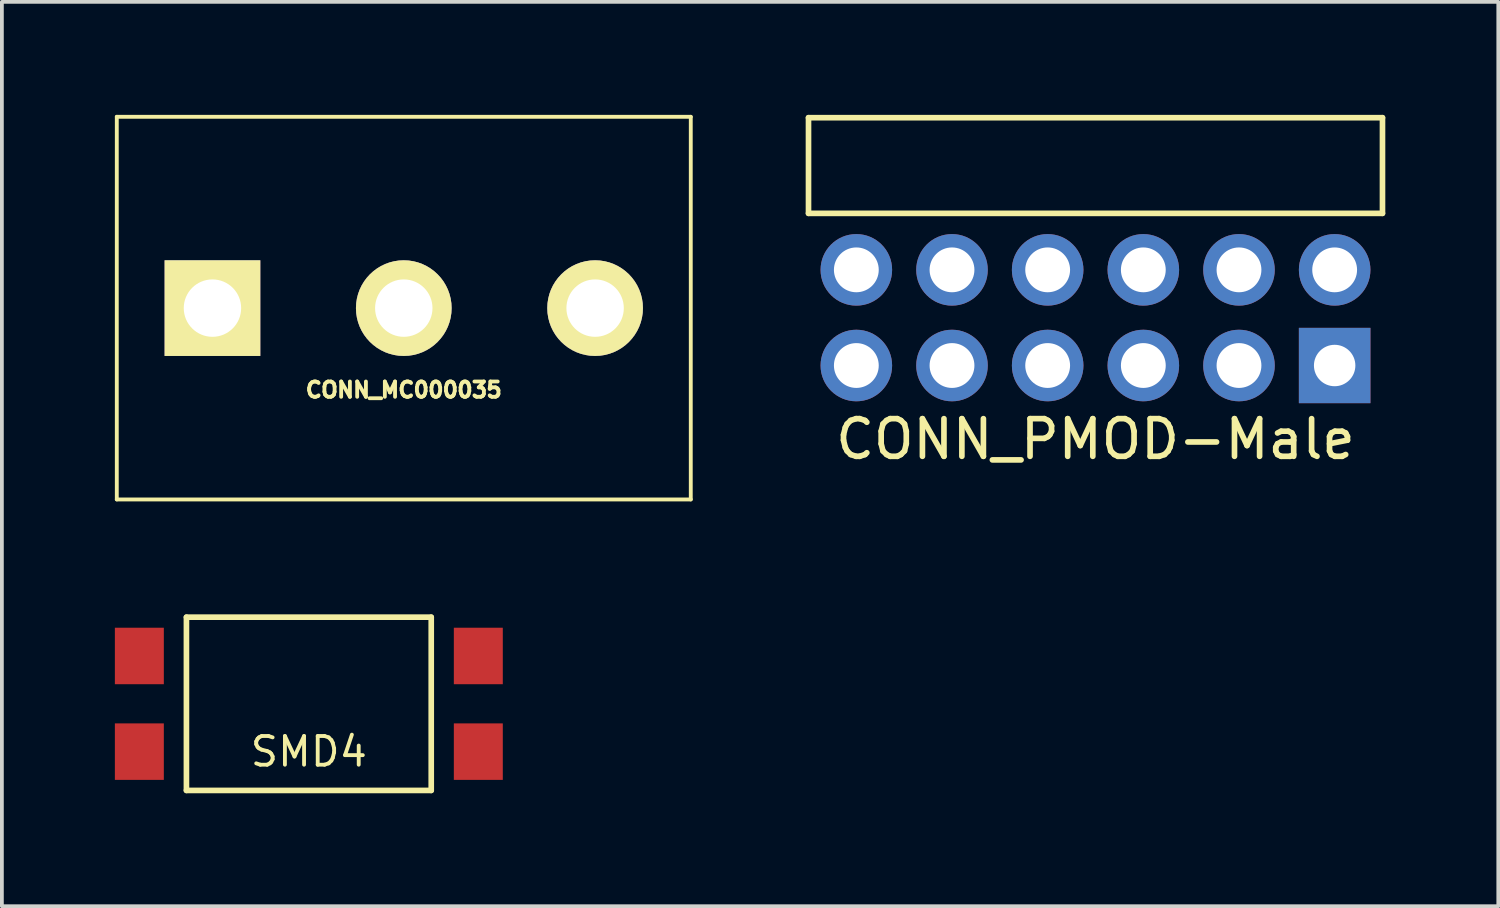
<source format=kicad_pcb>
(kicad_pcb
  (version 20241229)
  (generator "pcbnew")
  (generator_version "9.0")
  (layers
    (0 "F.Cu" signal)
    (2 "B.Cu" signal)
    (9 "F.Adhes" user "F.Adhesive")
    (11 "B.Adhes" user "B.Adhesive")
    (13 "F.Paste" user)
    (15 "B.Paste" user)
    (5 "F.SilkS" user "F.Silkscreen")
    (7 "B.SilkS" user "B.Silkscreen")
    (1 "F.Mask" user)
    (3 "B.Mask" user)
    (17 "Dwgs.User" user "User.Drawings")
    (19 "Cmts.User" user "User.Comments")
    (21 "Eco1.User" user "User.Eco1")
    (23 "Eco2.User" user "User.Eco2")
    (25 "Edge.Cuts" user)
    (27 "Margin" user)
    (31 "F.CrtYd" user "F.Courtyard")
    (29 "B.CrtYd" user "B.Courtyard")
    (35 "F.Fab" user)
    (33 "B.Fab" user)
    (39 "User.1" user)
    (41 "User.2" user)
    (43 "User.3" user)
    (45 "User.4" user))
  (footprint "SMD4"
    (layer "F.Cu")
    (at 5.15 15.637)
    (property "Reference" "SMD4" (at 0 1.27 0) (layer "F.SilkS") (effects (font (size 0.762 0.762) (thickness 0.102))))
    (attr through_hole)
    (fp_line (start -3.25 -2.3) (end 3.25 -2.3) (stroke (width 0.15) (type solid)) (layer "F.SilkS"))
    (fp_line (start -3.25 2.3) (end -3.25 -2.3) (stroke (width 0.15) (type solid)) (layer "F.SilkS"))
    (fp_line (start 3.25 -2.3) (end 3.25 2.3) (stroke (width 0.15) (type solid)) (layer "F.SilkS"))
    (fp_line (start 3.25 2.3) (end -3.25 2.3) (stroke (width 0.15) (type solid)) (layer "F.SilkS"))
    (pad "1" smd rect (at -4.5 -1.27 90) (size 1.5 1.3) (layers "F.Cu" "F.Mask" "F.Paste"))
    (pad "2" smd rect (at -4.5 1.27 90) (size 1.5 1.3) (layers "F.Cu" "F.Mask" "F.Paste"))
    (pad "3" smd rect (at 4.5 1.27 90) (size 1.5 1.3) (layers "F.Cu" "F.Mask" "F.Paste"))
    (pad "4" smd rect (at 4.5 -1.27 90) (size 1.5 1.3) (layers "F.Cu" "F.Mask" "F.Paste")))
  (footprint "CONN_MC000035"
    (layer "F.Cu")
    (at 7.671 5.131)
    (property "Reference" "CONN_MC000035" (at 0 2.172 0) (layer "F.SilkS") (effects (font (size 0.406 0.406) (thickness 0.102))))
    (attr through_hole)
    (fp_line (start -7.62 -5.08) (end 7.62 -5.08) (stroke (width 0.102) (type solid)) (layer "F.SilkS"))
    (fp_line (start -7.62 5.08) (end -7.62 -5.08) (stroke (width 0.102) (type solid)) (layer "F.SilkS"))
    (fp_line (start -7.62 5.08) (end 7.62 5.08) (stroke (width 0.102) (type solid)) (layer "F.SilkS"))
    (fp_line (start 7.62 -5.08) (end 7.62 5.08) (stroke (width 0.102) (type solid)) (layer "F.SilkS"))
    (pad "1" thru_hole rect (at -5.08 0) (size 2.54 2.54) (drill 1.524) (layers "*.Cu" "*.Mask" "F.SilkS"))
    (pad "2" thru_hole circle (at 0 0) (size 2.54 2.54) (drill 1.524) (layers "*.Cu" "*.Mask" "F.SilkS"))
    (pad "3" thru_hole circle (at 5.08 0) (size 2.54 2.54) (drill 1.524) (layers "*.Cu" "*.Mask" "F.SilkS")))
  (footprint "CONN_PMOD-Male"
    (layer "F.Cu")
    (at 26.037 4.115)
    (property "Reference" "CONN_PMOD-Male" (at 0 4.496 0) (layer "F.SilkS") (effects (font (size 1 1) (thickness 0.15))))
    (attr through_hole)
    (fp_line (start -7.62 -1.5) (end -7.62 -4.04) (stroke (width 0.15) (type solid)) (layer "F.SilkS"))
    (fp_line (start -7.62 -1.5) (end 7.62 -1.5) (stroke (width 0.15) (type solid)) (layer "F.SilkS"))
    (fp_line (start 7.62 -4.04) (end -7.62 -4.04) (stroke (width 0.15) (type solid)) (layer "F.SilkS"))
    (fp_line (start 7.62 -1.5) (end 7.62 -4.04) (stroke (width 0.15) (type solid)) (layer "F.SilkS"))
    (pad "1" thru_hole rect (at 6.35 2.54) (size 1.9 2) (drill 1.1) (layers "*.Cu" "*.Mask"))
    (pad "2" thru_hole circle (at 3.81 2.54) (size 1.9 1.9) (drill 1.19) (layers "*.Cu" "*.Mask"))
    (pad "3" thru_hole circle (at 1.27 2.54) (size 1.9 1.9) (drill 1.19) (layers "*.Cu" "*.Mask"))
    (pad "4" thru_hole circle (at -1.27 2.54) (size 1.9 1.9) (drill 1.19) (layers "*.Cu" "*.Mask"))
    (pad "5" thru_hole circle (at -3.81 2.54) (size 1.9 1.9) (drill 1.19) (layers "*.Cu" "*.Mask"))
    (pad "6" thru_hole circle (at -6.35 2.54) (size 1.9 1.9) (drill 1.19) (layers "*.Cu" "*.Mask"))
    (pad "7" thru_hole circle (at 6.35 0) (size 1.9 1.9) (drill 1.19) (layers "*.Cu" "*.Mask"))
    (pad "8" thru_hole circle (at 3.81 0) (size 1.9 1.9) (drill 1.19) (layers "*.Cu" "*.Mask"))
    (pad "9" thru_hole circle (at 1.27 0) (size 1.9 1.9) (drill 1.19) (layers "*.Cu" "*.Mask"))
    (pad "10" thru_hole circle (at -1.27 0) (size 1.9 1.9) (drill 1.19) (layers "*.Cu" "*.Mask"))
    (pad "11" thru_hole circle (at -3.81 0) (size 1.9 1.9) (drill 1.19) (layers "*.Cu" "*.Mask"))
    (pad "12" thru_hole circle (at -6.35 0) (size 1.9 1.9) (drill 1.19) (layers "*.Cu" "*.Mask")))
  (gr_rect
    (start -3 -3)
    (end 36.732 21.012)
    (stroke (width 0.1) (type default))
    (fill no)
    (layer "Edge.Cuts")))
</source>
